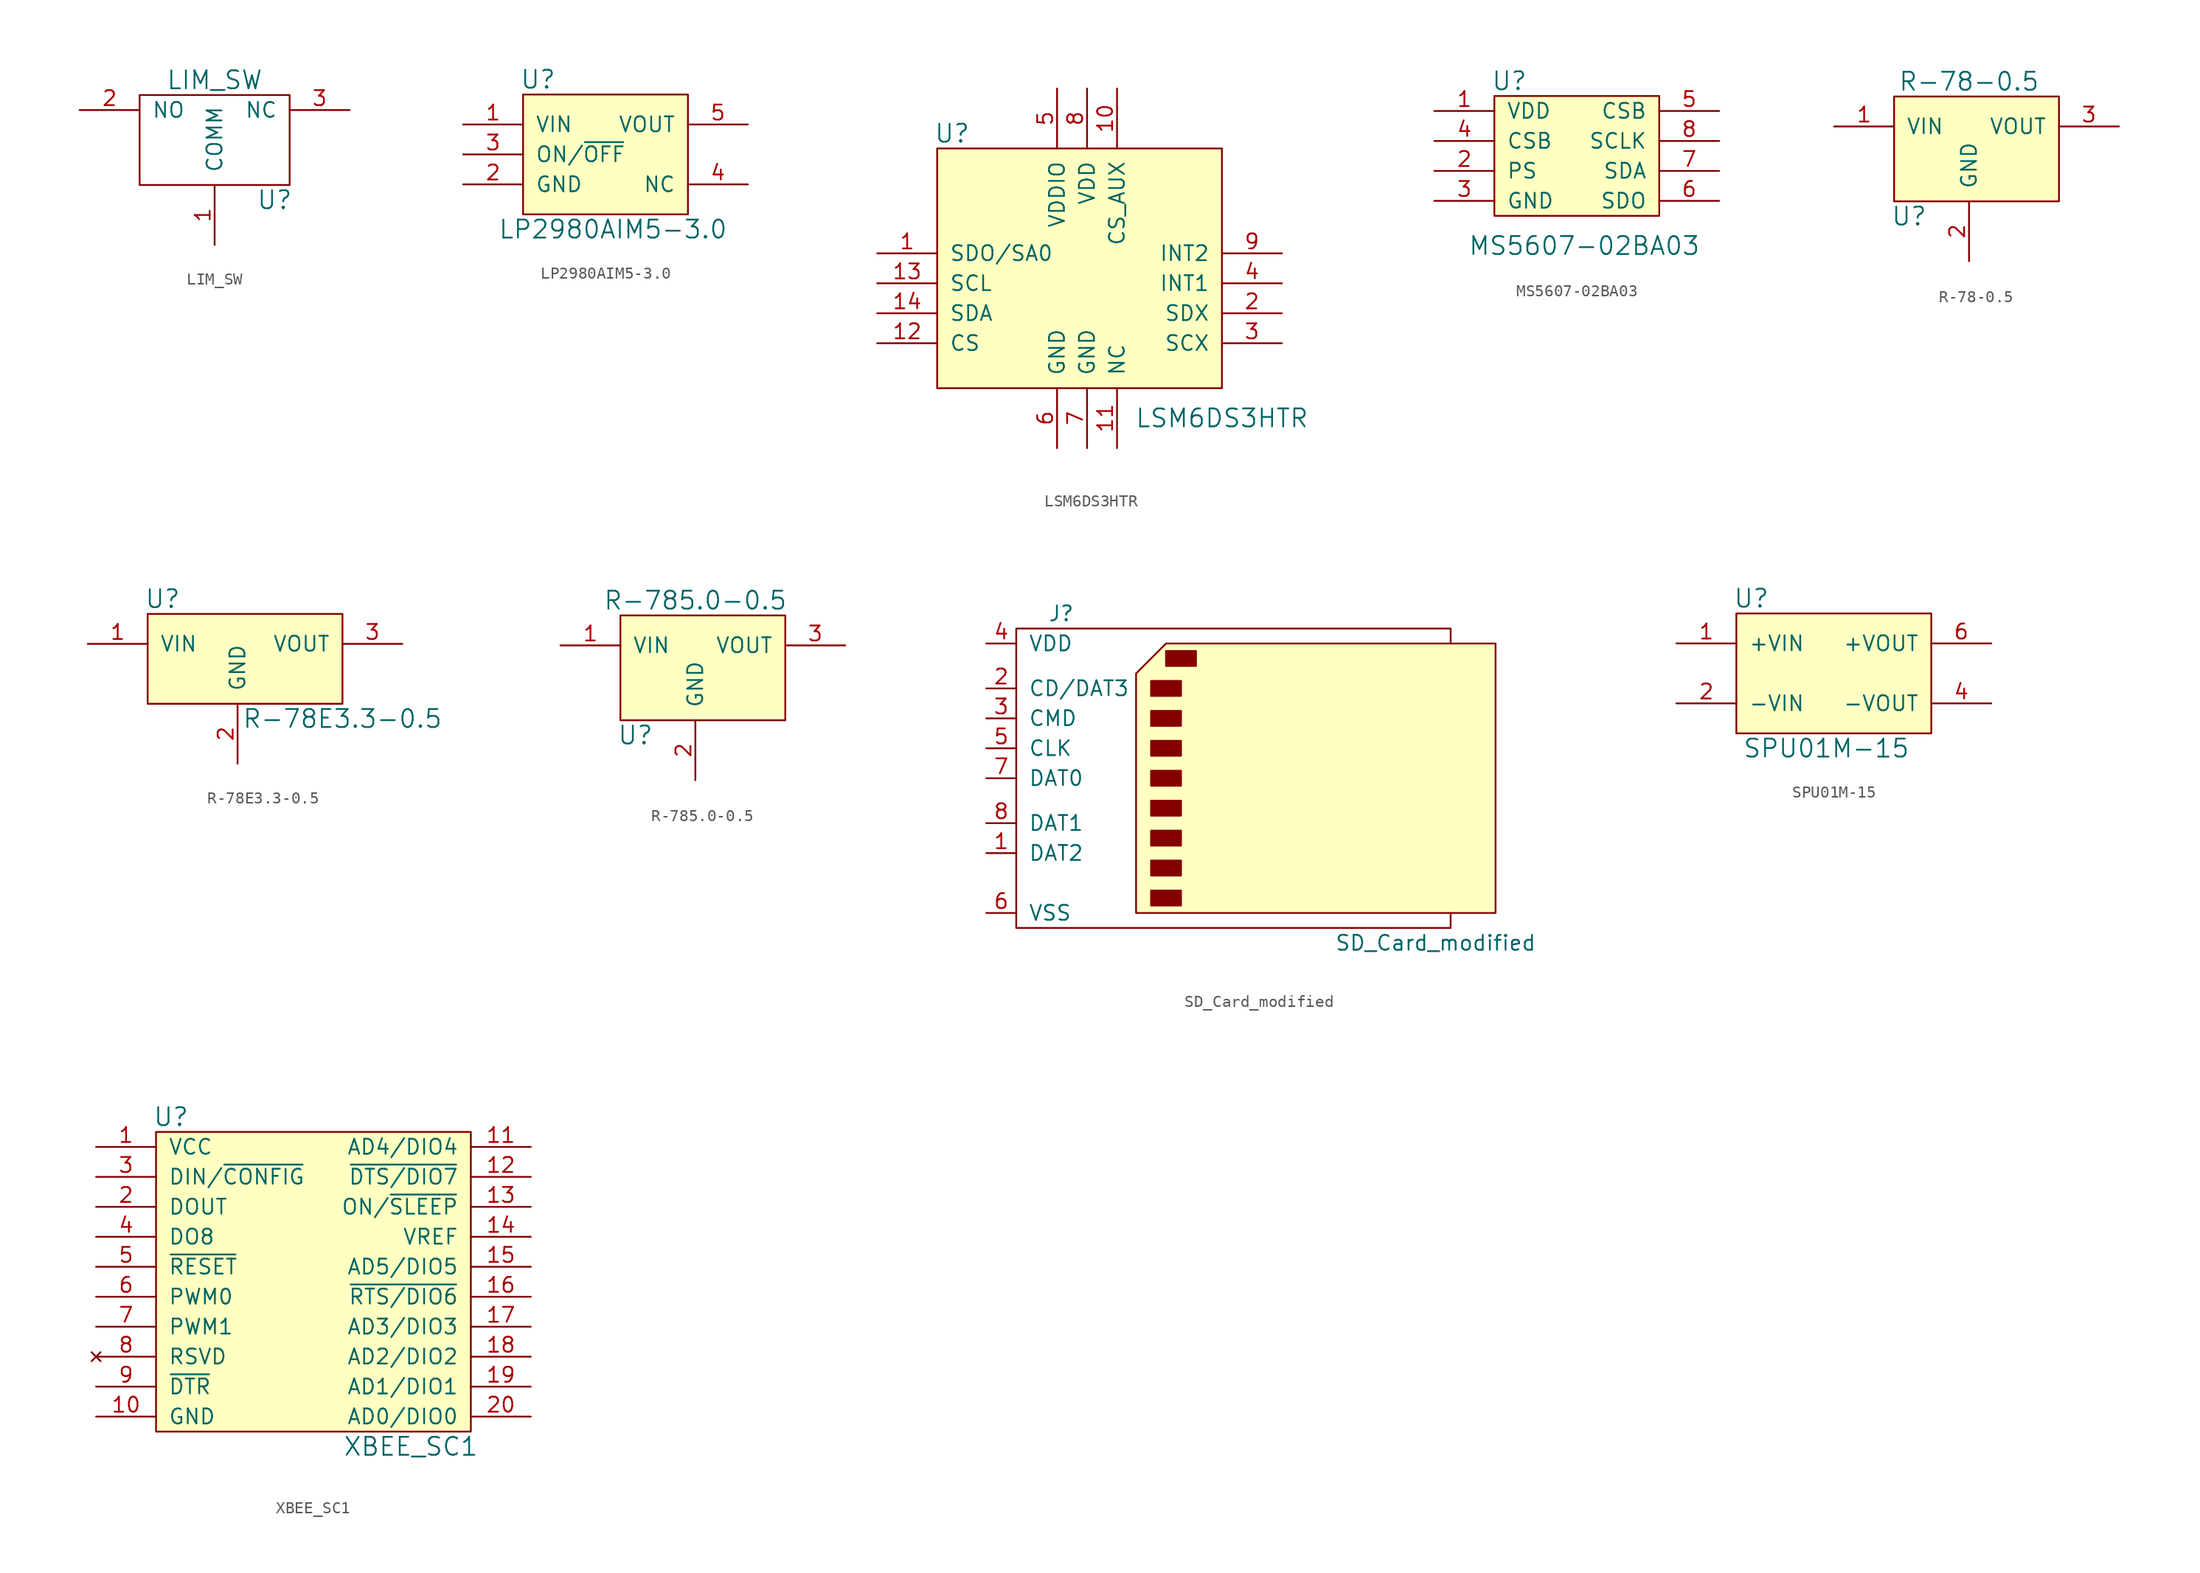
<source format=kicad_sym>
(kicad_symbol_lib
  (version 20211014)
  (generator kicad_symbol_editor)
  (symbol "LIM_SW"
    (pin_names
      (offset 1.016))
    (property "Reference" "U"
      (at 5.08 -7.62 0)
      (effects (font (size 1.524 1.524))))
    (property "Value" "LIM_SW"
      (at 0 2.54 0)
      (effects (font (size 1.524 1.524))))
    (symbol "LIM_SW_0_1"
      (rectangle (start -6.35 1.27) (end 6.35 -6.35) (stroke (width 0) (type default) (color 0 0 0 0)) (fill (type none))))
    (symbol "LIM_SW_1_1"
      (pin input line (at 0 -11.43 90) (length 5.08) (name "COMM" (effects (font (size 1.27 1.27)))) (number "1" (effects (font (size 1.27 1.27)))))
      (pin input line (at -11.43 0 0) (length 5.08) (name "NO" (effects (font (size 1.27 1.27)))) (number "2" (effects (font (size 1.27 1.27)))))
      (pin input line (at 11.43 0 180) (length 5.08) (name "NC" (effects (font (size 1.27 1.27)))) (number "3" (effects (font (size 1.27 1.27)))))))
  (symbol "LP2980AIM5-3.0"
    (pin_names
      (offset 1.016))
    (property "Reference" "U"
      (at -6.35 5.08 0)
      (effects (font (size 1.524 1.524))))
    (property "Value" "LP2980AIM5-3.0"
      (at 0 -7.62 0)
      (effects (font (size 1.524 1.524))))
    (symbol "LP2980AIM5-3.0_0_1"
      (rectangle (start -7.62 3.81) (end 6.35 -6.35) (stroke (width 0) (type default) (color 0 0 0 0)) (fill (type background))))
    (symbol "LP2980AIM5-3.0_1_1"
      (pin input line (at -12.7 1.27 0) (length 5.08) (name "VIN" (effects (font (size 1.27 1.27)))) (number "1" (effects (font (size 1.27 1.27)))))
      (pin input line (at -12.7 -3.81 0) (length 5.08) (name "GND" (effects (font (size 1.27 1.27)))) (number "2" (effects (font (size 1.27 1.27)))))
      (pin input line (at -12.7 -1.27 0) (length 5.08) (name "ON/~{OFF}" (effects (font (size 1.27 1.27)))) (number "3" (effects (font (size 1.27 1.27)))))
      (pin input line (at 11.43 -3.81 180) (length 5.08) (name "NC" (effects (font (size 1.27 1.27)))) (number "4" (effects (font (size 1.27 1.27)))))
      (pin input line (at 11.43 1.27 180) (length 5.08) (name "VOUT" (effects (font (size 1.27 1.27)))) (number "5" (effects (font (size 1.27 1.27)))))))
  (symbol "LSM6DS3HTR"
    (pin_names
      (offset 1.016))
    (property "Reference" "U"
      (at -11.43 13.97 0)
      (effects (font (size 1.524 1.524))))
    (property "Value" "LSM6DS3HTR"
      (at 11.43 -10.16 0)
      (effects (font (size 1.524 1.524))))
    (symbol "LSM6DS3HTR_0_1"
      (rectangle (start -12.7 -7.62) (end 11.43 12.7) (stroke (width 0) (type default) (color 0 0 0 0)) (fill (type background))))
    (symbol "LSM6DS3HTR_1_1"
      (pin input line (at -17.78 3.81 0) (length 5.08) (name "SDO/SA0" (effects (font (size 1.27 1.27)))) (number "1" (effects (font (size 1.27 1.27)))))
      (pin input line (at 2.54 17.78 270) (length 5.08) (name "CS_AUX" (effects (font (size 1.27 1.27)))) (number "10" (effects (font (size 1.27 1.27)))))
      (pin input line (at 2.54 -12.7 90) (length 5.08) (name "NC" (effects (font (size 1.27 1.27)))) (number "11" (effects (font (size 1.27 1.27)))))
      (pin input line (at -17.78 -3.81 0) (length 5.08) (name "CS" (effects (font (size 1.27 1.27)))) (number "12" (effects (font (size 1.27 1.27)))))
      (pin input line (at -17.78 1.27 0) (length 5.08) (name "SCL" (effects (font (size 1.27 1.27)))) (number "13" (effects (font (size 1.27 1.27)))))
      (pin input line (at -17.78 -1.27 0) (length 5.08) (name "SDA" (effects (font (size 1.27 1.27)))) (number "14" (effects (font (size 1.27 1.27)))))
      (pin input line (at 16.51 -1.27 180) (length 5.08) (name "SDX" (effects (font (size 1.27 1.27)))) (number "2" (effects (font (size 1.27 1.27)))))
      (pin input line (at 16.51 -3.81 180) (length 5.08) (name "SCX" (effects (font (size 1.27 1.27)))) (number "3" (effects (font (size 1.27 1.27)))))
      (pin input line (at 16.51 1.27 180) (length 5.08) (name "INT1" (effects (font (size 1.27 1.27)))) (number "4" (effects (font (size 1.27 1.27)))))
      (pin input line (at -2.54 17.78 270) (length 5.08) (name "VDDIO" (effects (font (size 1.27 1.27)))) (number "5" (effects (font (size 1.27 1.27)))))
      (pin input line (at -2.54 -12.7 90) (length 5.08) (name "GND" (effects (font (size 1.27 1.27)))) (number "6" (effects (font (size 1.27 1.27)))))
      (pin input line (at 0 -12.7 90) (length 5.08) (name "GND" (effects (font (size 1.27 1.27)))) (number "7" (effects (font (size 1.27 1.27)))))
      (pin input line (at 0 17.78 270) (length 5.08) (name "VDD" (effects (font (size 1.27 1.27)))) (number "8" (effects (font (size 1.27 1.27)))))
      (pin input line (at 16.51 3.81 180) (length 5.08) (name "INT2" (effects (font (size 1.27 1.27)))) (number "9" (effects (font (size 1.27 1.27)))))))
  (symbol "MS5607-02BA03"
    (pin_names
      (offset 1.016))
    (property "Reference" "U"
      (at -5.08 13.97 0)
      (effects (font (size 1.524 1.524))))
    (property "Value" "MS5607-02BA03"
      (at 1.27 0 0)
      (effects (font (size 1.524 1.524))))
    (symbol "MS5607-02BA03_0_1"
      (rectangle (start -6.35 12.7) (end 7.62 2.54) (stroke (width 0) (type default) (color 0 0 0 0)) (fill (type background))))
    (symbol "MS5607-02BA03_1_1"
      (pin input line (at -11.43 11.43 0) (length 5.08) (name "VDD" (effects (font (size 1.27 1.27)))) (number "1" (effects (font (size 1.27 1.27)))))
      (pin input line (at -11.43 6.35 0) (length 5.08) (name "PS" (effects (font (size 1.27 1.27)))) (number "2" (effects (font (size 1.27 1.27)))))
      (pin input line (at -11.43 3.81 0) (length 5.08) (name "GND" (effects (font (size 1.27 1.27)))) (number "3" (effects (font (size 1.27 1.27)))))
      (pin input line (at -11.43 8.89 0) (length 5.08) (name "CSB" (effects (font (size 1.27 1.27)))) (number "4" (effects (font (size 1.27 1.27)))))
      (pin input line (at 12.7 11.43 180) (length 5.08) (name "CSB" (effects (font (size 1.27 1.27)))) (number "5" (effects (font (size 1.27 1.27)))))
      (pin input line (at 12.7 3.81 180) (length 5.08) (name "SDO" (effects (font (size 1.27 1.27)))) (number "6" (effects (font (size 1.27 1.27)))))
      (pin input line (at 12.7 6.35 180) (length 5.08) (name "SDA" (effects (font (size 1.27 1.27)))) (number "7" (effects (font (size 1.27 1.27)))))
      (pin input line (at 12.7 8.89 180) (length 5.08) (name "SCLK" (effects (font (size 1.27 1.27)))) (number "8" (effects (font (size 1.27 1.27)))))))
  (symbol "R-78-0.5"
    (pin_names
      (offset 1.016))
    (property "Reference" "U"
      (at -5.08 -7.62 0)
      (effects (font (size 1.524 1.524))))
    (property "Value" "R-78-0.5"
      (at 0 3.81 0)
      (effects (font (size 1.524 1.524))))
    (symbol "R-78-0.5_0_1"
      (rectangle (start -6.35 2.54) (end 7.62 -6.35) (stroke (width 0) (type default) (color 0 0 0 0)) (fill (type background))))
    (symbol "R-78-0.5_1_1"
      (pin input line (at -11.43 0 0) (length 5.08) (name "VIN" (effects (font (size 1.27 1.27)))) (number "1" (effects (font (size 1.27 1.27)))))
      (pin input line (at 0 -11.43 90) (length 5.08) (name "GND" (effects (font (size 1.27 1.27)))) (number "2" (effects (font (size 1.27 1.27)))))
      (pin output line (at 12.7 0 180) (length 5.08) (name "VOUT" (effects (font (size 1.27 1.27)))) (number "3" (effects (font (size 1.27 1.27)))))))
  (symbol "R-78E3.3-0.5"
    (pin_names
      (offset 1.016))
    (property "Reference" "U"
      (at -6.35 3.81 0)
      (effects (font (size 1.524 1.524))))
    (property "Value" "R-78E3.3-0.5"
      (at 8.89 -6.35 0)
      (effects (font (size 1.524 1.524))))
    (symbol "R-78E3.3-0.5_0_1"
      (rectangle (start -7.62 2.54) (end 8.89 -5.08) (stroke (width 0) (type default) (color 0 0 0 0)) (fill (type background))))
    (symbol "R-78E3.3-0.5_1_1"
      (pin power_in line (at -12.7 0 0) (length 5.08) (name "VIN" (effects (font (size 1.27 1.27)))) (number "1" (effects (font (size 1.27 1.27)))))
      (pin passive line (at 0 -10.16 90) (length 5.08) (name "GND" (effects (font (size 1.27 1.27)))) (number "2" (effects (font (size 1.27 1.27)))))
      (pin power_out line (at 13.97 0 180) (length 5.08) (name "VOUT" (effects (font (size 1.27 1.27)))) (number "3" (effects (font (size 1.27 1.27)))))))
  (symbol "R-785.0-0.5"
    (pin_names
      (offset 1.016))
    (property "Reference" "U"
      (at -5.08 -7.62 0)
      (effects (font (size 1.524 1.524))))
    (property "Value" "R-785.0-0.5"
      (at 0 3.81 0)
      (effects (font (size 1.524 1.524))))
    (symbol "R-785.0-0.5_0_1"
      (rectangle (start -6.35 2.54) (end 7.62 -6.35) (stroke (width 0) (type default) (color 0 0 0 0)) (fill (type background))))
    (symbol "R-785.0-0.5_1_1"
      (pin input line (at -11.43 0 0) (length 5.08) (name "VIN" (effects (font (size 1.27 1.27)))) (number "1" (effects (font (size 1.27 1.27)))))
      (pin input line (at 0 -11.43 90) (length 5.08) (name "GND" (effects (font (size 1.27 1.27)))) (number "2" (effects (font (size 1.27 1.27)))))
      (pin output line (at 12.7 0 180) (length 5.08) (name "VOUT" (effects (font (size 1.27 1.27)))) (number "3" (effects (font (size 1.27 1.27)))))))
  (symbol "SD_Card_modified"
    (pin_names
      (offset 1.016))
    (property "Reference" "J"
      (at -16.51 13.97 0)
      (effects (font (size 1.27 1.27))))
    (property "Value" "SD_Card_modified"
      (at 15.24 -13.97 0)
      (effects (font (size 1.27 1.27))))
    (symbol "SD_Card_modified_0_1"
      (rectangle (start -8.89 -9.525) (end -6.35 -10.795) (stroke (width 0) (type default) (color 0 0 0 0)) (fill (type outline)))
      (rectangle (start -8.89 -6.985) (end -6.35 -8.255) (stroke (width 0) (type default) (color 0 0 0 0)) (fill (type outline)))
      (rectangle (start -8.89 -4.445) (end -6.35 -5.715) (stroke (width 0) (type default) (color 0 0 0 0)) (fill (type outline)))
      (rectangle (start -8.89 -1.905) (end -6.35 -3.175) (stroke (width 0) (type default) (color 0 0 0 0)) (fill (type outline)))
      (rectangle (start -8.89 0.635) (end -6.35 -0.635) (stroke (width 0) (type default) (color 0 0 0 0)) (fill (type outline)))
      (rectangle (start -8.89 3.175) (end -6.35 1.905) (stroke (width 0) (type default) (color 0 0 0 0)) (fill (type outline)))
      (rectangle (start -8.89 5.715) (end -6.35 4.445) (stroke (width 0) (type default) (color 0 0 0 0)) (fill (type outline)))
      (rectangle (start -8.89 8.255) (end -6.35 6.985) (stroke (width 0) (type default) (color 0 0 0 0)) (fill (type outline)))
      (rectangle (start -7.62 10.795) (end -5.08 9.525) (stroke (width 0) (type default) (color 0 0 0 0)) (fill (type outline)))
      (polyline (pts (xy -10.16 8.89) (xy -7.62 11.43) (xy 20.32 11.43) (xy 20.32 -11.43) (xy -10.16 -11.43) (xy -10.16 8.89)) (stroke (width 0) (type default) (color 0 0 0 0)) (fill (type background)))
      (polyline (pts (xy 16.51 11.43) (xy 16.51 12.7) (xy -20.32 12.7) (xy -20.32 -12.7) (xy 16.51 -12.7) (xy 16.51 -11.43)) (stroke (width 0) (type default) (color 0 0 0 0)) (fill (type none))))
    (symbol "SD_Card_modified_1_1"
      (pin input line (at -22.86 -6.35 0) (length 2.54) (name "DAT2" (effects (font (size 1.27 1.27)))) (number "1" (effects (font (size 1.27 1.27)))))
      (pin input line (at -22.86 7.62 0) (length 2.54) (name "CD/DAT3" (effects (font (size 1.27 1.27)))) (number "2" (effects (font (size 1.27 1.27)))))
      (pin input line (at -22.86 5.08 0) (length 2.54) (name "CMD" (effects (font (size 1.27 1.27)))) (number "3" (effects (font (size 1.27 1.27)))))
      (pin input line (at -22.86 11.43 0) (length 2.54) (name "VDD" (effects (font (size 1.27 1.27)))) (number "4" (effects (font (size 1.27 1.27)))))
      (pin input line (at -22.86 2.54 0) (length 2.54) (name "CLK" (effects (font (size 1.27 1.27)))) (number "5" (effects (font (size 1.27 1.27)))))
      (pin input line (at -22.86 -11.43 0) (length 2.54) (name "VSS" (effects (font (size 1.27 1.27)))) (number "6" (effects (font (size 1.27 1.27)))))
      (pin input line (at -22.86 0 0) (length 2.54) (name "DAT0" (effects (font (size 1.27 1.27)))) (number "7" (effects (font (size 1.27 1.27)))))
      (pin input line (at -22.86 -3.81 0) (length 2.54) (name "DAT1" (effects (font (size 1.27 1.27)))) (number "8" (effects (font (size 1.27 1.27)))))))
  (symbol "SPU01M-15"
    (pin_names
      (offset 1.016))
    (property "Reference" "U"
      (at -5.08 3.81 0)
      (effects (font (size 1.524 1.524))))
    (property "Value" "SPU01M-15"
      (at 1.27 -8.89 0)
      (effects (font (size 1.524 1.524))))
    (symbol "SPU01M-15_0_1"
      (rectangle (start -6.35 2.54) (end 10.16 -7.62) (stroke (width 0) (type default) (color 0 0 0 0)) (fill (type background))))
    (symbol "SPU01M-15_1_1"
      (pin power_in line (at -11.43 0 0) (length 5.08) (name "+VIN" (effects (font (size 1.27 1.27)))) (number "1" (effects (font (size 1.27 1.27)))))
      (pin power_in line (at -11.43 -5.08 0) (length 5.08) (name "-VIN" (effects (font (size 1.27 1.27)))) (number "2" (effects (font (size 1.27 1.27)))))
      (pin power_in line (at 15.24 -5.08 180) (length 5.08) (name "-VOUT" (effects (font (size 1.27 1.27)))) (number "4" (effects (font (size 1.27 1.27)))))
      (pin power_in line (at 15.24 0 180) (length 5.08) (name "+VOUT" (effects (font (size 1.27 1.27)))) (number "6" (effects (font (size 1.27 1.27)))))))
  (symbol "XBEE_SC1"
    (pin_names
      (offset 1.016))
    (property "Reference" "U"
      (at -11.43 5.08 0)
      (effects (font (size 1.524 1.524))))
    (property "Value" "XBEE_SC1"
      (at 8.89 -22.86 0)
      (effects (font (size 1.524 1.524))))
    (symbol "XBEE_SC1_0_1"
      (rectangle (start -12.7 3.81) (end 13.97 -21.59) (stroke (width 0) (type default) (color 0 0 0 0)) (fill (type background))))
    (symbol "XBEE_SC1_1_1"
      (pin power_in line (at -17.78 2.54 0) (length 5.08) (name "VCC" (effects (font (size 1.27 1.27)))) (number "1" (effects (font (size 1.27 1.27)))))
      (pin power_in line (at -17.78 -20.32 0) (length 5.08) (name "GND" (effects (font (size 1.27 1.27)))) (number "10" (effects (font (size 1.27 1.27)))))
      (pin bidirectional line (at 19.05 2.54 180) (length 5.08) (name "AD4/DIO4" (effects (font (size 1.27 1.27)))) (number "11" (effects (font (size 1.27 1.27)))))
      (pin bidirectional line (at 19.05 0 180) (length 5.08) (name "~{DTS/DIO7}" (effects (font (size 1.27 1.27)))) (number "12" (effects (font (size 1.27 1.27)))))
      (pin output line (at 19.05 -2.54 180) (length 5.08) (name "ON/~{SLEEP}" (effects (font (size 1.27 1.27)))) (number "13" (effects (font (size 1.27 1.27)))))
      (pin input line (at 19.05 -5.08 180) (length 5.08) (name "VREF" (effects (font (size 1.27 1.27)))) (number "14" (effects (font (size 1.27 1.27)))))
      (pin bidirectional line (at 19.05 -7.62 180) (length 5.08) (name "AD5/DIO5" (effects (font (size 1.27 1.27)))) (number "15" (effects (font (size 1.27 1.27)))))
      (pin bidirectional line (at 19.05 -10.16 180) (length 5.08) (name "~{RTS/DIO6}" (effects (font (size 1.27 1.27)))) (number "16" (effects (font (size 1.27 1.27)))))
      (pin bidirectional line (at 19.05 -12.7 180) (length 5.08) (name "AD3/DIO3" (effects (font (size 1.27 1.27)))) (number "17" (effects (font (size 1.27 1.27)))))
      (pin bidirectional line (at 19.05 -15.24 180) (length 5.08) (name "AD2/DIO2" (effects (font (size 1.27 1.27)))) (number "18" (effects (font (size 1.27 1.27)))))
      (pin bidirectional line (at 19.05 -17.78 180) (length 5.08) (name "AD1/DIO1" (effects (font (size 1.27 1.27)))) (number "19" (effects (font (size 1.27 1.27)))))
      (pin output line (at -17.78 -2.54 0) (length 5.08) (name "DOUT" (effects (font (size 1.27 1.27)))) (number "2" (effects (font (size 1.27 1.27)))))
      (pin bidirectional line (at 19.05 -20.32 180) (length 5.08) (name "AD0/DIO0" (effects (font (size 1.27 1.27)))) (number "20" (effects (font (size 1.27 1.27)))))
      (pin input line (at -17.78 0 0) (length 5.08) (name "DIN/~{CONFIG}" (effects (font (size 1.27 1.27)))) (number "3" (effects (font (size 1.27 1.27)))))
      (pin bidirectional line (at -17.78 -5.08 0) (length 5.08) (name "DO8" (effects (font (size 1.27 1.27)))) (number "4" (effects (font (size 1.27 1.27)))))
      (pin open_collector line (at -17.78 -7.62 0) (length 5.08) (name "~{RESET}" (effects (font (size 1.27 1.27)))) (number "5" (effects (font (size 1.27 1.27)))))
      (pin bidirectional line (at -17.78 -10.16 0) (length 5.08) (name "PWM0" (effects (font (size 1.27 1.27)))) (number "6" (effects (font (size 1.27 1.27)))))
      (pin bidirectional line (at -17.78 -12.7 0) (length 5.08) (name "PWM1" (effects (font (size 1.27 1.27)))) (number "7" (effects (font (size 1.27 1.27)))))
      (pin no_connect line (at -17.78 -15.24 0) (length 5.08) (name "RSVD" (effects (font (size 1.27 1.27)))) (number "8" (effects (font (size 1.27 1.27)))))
      (pin bidirectional line (at -17.78 -17.78 0) (length 5.08) (name "~{DTR}" (effects (font (size 1.27 1.27)))) (number "9" (effects (font (size 1.27 1.27))))))))
</source>
